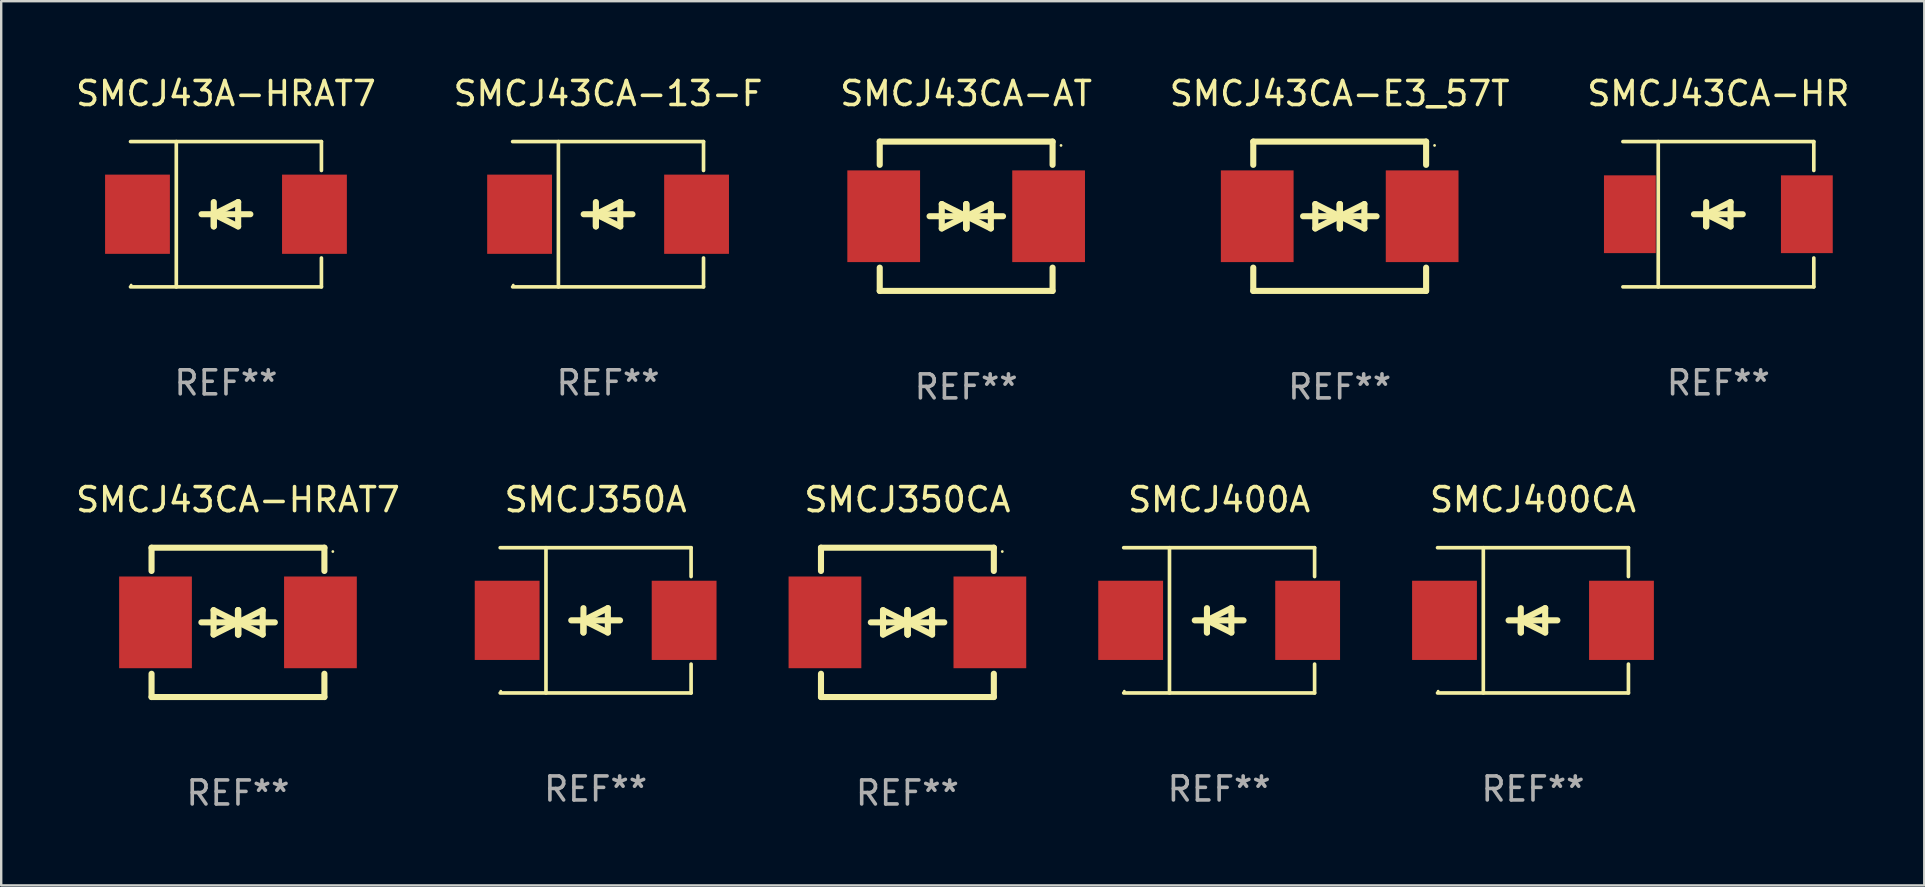
<source format=kicad_pcb>
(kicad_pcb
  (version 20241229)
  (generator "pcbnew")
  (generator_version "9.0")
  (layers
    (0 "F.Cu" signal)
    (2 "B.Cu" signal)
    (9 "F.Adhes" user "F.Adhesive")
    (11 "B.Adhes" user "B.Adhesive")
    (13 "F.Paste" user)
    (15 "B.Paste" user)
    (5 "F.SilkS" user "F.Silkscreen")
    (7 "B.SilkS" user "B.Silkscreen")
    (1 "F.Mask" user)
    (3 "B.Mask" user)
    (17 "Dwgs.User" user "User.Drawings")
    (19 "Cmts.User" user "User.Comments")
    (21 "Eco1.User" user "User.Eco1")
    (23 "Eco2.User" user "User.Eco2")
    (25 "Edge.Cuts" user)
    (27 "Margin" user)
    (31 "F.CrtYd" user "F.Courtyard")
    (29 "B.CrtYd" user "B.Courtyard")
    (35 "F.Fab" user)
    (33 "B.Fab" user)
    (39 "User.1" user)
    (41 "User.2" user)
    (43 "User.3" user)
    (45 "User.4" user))
  (footprint "SMCJ43CA-13-F"
    (layer "F.Cu")
    (at 22.28 5.874)
    (property "Reference" "SMCJ43CA-13-F" (at 0 -5.026 0) (layer "F.SilkS") (effects (font (size 1 1) (thickness 0.15))))
    (attr through_hole)
    (fp_line (start -3.976 -3.026) (end 3.976 -3.026) (stroke (width 0.152) (type solid)) (layer "F.SilkS"))
    (fp_line (start -3.976 3.026) (end 3.976 3.026) (stroke (width 0.152) (type solid)) (layer "F.SilkS"))
    (fp_line (start -2.069 -3.026) (end -2.069 3.026) (stroke (width 0.152) (type solid)) (layer "F.SilkS"))
    (fp_line (start -0.508 0) (end -0.508 0.508) (stroke (width 0.254) (type solid)) (layer "F.SilkS"))
    (fp_line (start -0.508 0) (end 0.508 0.508) (stroke (width 0.254) (type solid)) (layer "F.SilkS"))
    (fp_line (start -0.508 0.508) (end -0.508 -0.508) (stroke (width 0.254) (type solid)) (layer "F.SilkS"))
    (fp_line (start 0.508 -0.508) (end -0.508 0) (stroke (width 0.254) (type solid)) (layer "F.SilkS"))
    (fp_line (start 0.508 0.508) (end 0.508 -0.508) (stroke (width 0.254) (type solid)) (layer "F.SilkS"))
    (fp_line (start 1.016 0) (end -1.016 0) (stroke (width 0.254) (type solid)) (layer "F.SilkS"))
    (fp_line (start 3.976 -3.026) (end 3.976 -1.823) (stroke (width 0.152) (type solid)) (layer "F.SilkS"))
    (fp_line (start 3.976 3.026) (end 3.976 1.823) (stroke (width 0.152) (type solid)) (layer "F.SilkS"))
    (fp_circle (center -3.95 2.95) (end -3.92 2.95) (stroke (width 0.06) (type solid)) (fill no) (layer "F.SilkS"))
    (fp_text user "REF**" (at 0 7.026 0) (layer "F.Fab") (effects (font (size 1 1) (thickness 0.15))))
    (pad "1" smd rect (at -3.686 0) (size 2.7 3.3) (layers "F.Cu" "F.Mask" "F.Paste"))
    (pad "2" smd rect (at 3.686 0) (size 2.7 3.3) (layers "F.Cu" "F.Mask" "F.Paste")))
  (footprint "SMCJ350CA"
    (layer "F.Cu")
    (at 34.749 22.875)
    (property "Reference" "SMCJ350CA" (at 0 -5.11 0) (layer "F.SilkS") (effects (font (size 1 1) (thickness 0.15))))
    (attr through_hole)
    (fp_line (start -3.6 -2.141) (end -3.6 -3.11) (stroke (width 0.254) (type solid)) (layer "F.SilkS"))
    (fp_line (start -3.6 3.11) (end -3.6 2.141) (stroke (width 0.254) (type solid)) (layer "F.SilkS"))
    (fp_line (start -1.524 0) (end 0.508 0) (stroke (width 0.254) (type solid)) (layer "F.SilkS"))
    (fp_line (start -1.016 -0.508) (end -1.016 0.508) (stroke (width 0.254) (type solid)) (layer "F.SilkS"))
    (fp_line (start -1.016 0.508) (end 0 0) (stroke (width 0.254) (type solid)) (layer "F.SilkS"))
    (fp_line (start 0 -0.508) (end 0 0.508) (stroke (width 0.254) (type solid)) (layer "F.SilkS"))
    (fp_line (start 0 0) (end -1.016 -0.508) (stroke (width 0.254) (type solid)) (layer "F.SilkS"))
    (fp_line (start 0 0) (end 0 -0.508) (stroke (width 0.254) (type solid)) (layer "F.SilkS"))
    (fp_line (start 0.012 0) (end 0.012 0.508) (stroke (width 0.254) (type solid)) (layer "F.SilkS"))
    (fp_line (start 0.012 0) (end 1.028 0.508) (stroke (width 0.254) (type solid)) (layer "F.SilkS"))
    (fp_line (start 0.012 0.508) (end 0.012 -0.508) (stroke (width 0.254) (type solid)) (layer "F.SilkS"))
    (fp_line (start 1.028 -0.508) (end 0.012 0) (stroke (width 0.254) (type solid)) (layer "F.SilkS"))
    (fp_line (start 1.028 0.508) (end 1.028 -0.508) (stroke (width 0.254) (type solid)) (layer "F.SilkS"))
    (fp_line (start 1.536 0) (end -0.496 0) (stroke (width 0.254) (type solid)) (layer "F.SilkS"))
    (fp_line (start 3.6 -3.11) (end -3.6 -3.11) (stroke (width 0.254) (type solid)) (layer "F.SilkS"))
    (fp_line (start 3.6 -2.141) (end 3.6 -3.11) (stroke (width 0.254) (type solid)) (layer "F.SilkS"))
    (fp_line (start 3.6 3.11) (end -3.6 3.11) (stroke (width 0.254) (type solid)) (layer "F.SilkS"))
    (fp_line (start 3.6 3.11) (end 3.6 2.141) (stroke (width 0.254) (type solid)) (layer "F.SilkS"))
    (fp_circle (center 3.952 -2.95) (end 3.982 -2.95) (stroke (width 0.06) (type solid)) (fill no) (layer "F.SilkS"))
    (fp_text user "REF**" (at 0 7.11 0) (layer "F.Fab") (effects (font (size 1 1) (thickness 0.15))))
    (pad "1" smd rect (at 3.435 0) (size 3.03 3.82) (layers "F.Cu" "F.Mask" "F.Paste"))
    (pad "2" smd rect (at -3.435 0) (size 3.03 3.82) (layers "F.Cu" "F.Mask" "F.Paste")))
  (footprint "SMCJ43CA-E3_57T"
    (layer "F.Cu")
    (at 52.756 5.958)
    (property "Reference" "SMCJ43CA-E3_57T" (at 0 -5.11 0) (layer "F.SilkS") (effects (font (size 1 1) (thickness 0.15))))
    (attr through_hole)
    (fp_line (start -3.6 -2.141) (end -3.6 -3.11) (stroke (width 0.254) (type solid)) (layer "F.SilkS"))
    (fp_line (start -3.6 3.11) (end -3.6 2.141) (stroke (width 0.254) (type solid)) (layer "F.SilkS"))
    (fp_line (start -1.524 0) (end 0.508 0) (stroke (width 0.254) (type solid)) (layer "F.SilkS"))
    (fp_line (start -1.016 -0.508) (end -1.016 0.508) (stroke (width 0.254) (type solid)) (layer "F.SilkS"))
    (fp_line (start -1.016 0.508) (end 0 0) (stroke (width 0.254) (type solid)) (layer "F.SilkS"))
    (fp_line (start 0 -0.508) (end 0 0.508) (stroke (width 0.254) (type solid)) (layer "F.SilkS"))
    (fp_line (start 0 0) (end -1.016 -0.508) (stroke (width 0.254) (type solid)) (layer "F.SilkS"))
    (fp_line (start 0 0) (end 0 -0.508) (stroke (width 0.254) (type solid)) (layer "F.SilkS"))
    (fp_line (start 0.012 0) (end 0.012 0.508) (stroke (width 0.254) (type solid)) (layer "F.SilkS"))
    (fp_line (start 0.012 0) (end 1.028 0.508) (stroke (width 0.254) (type solid)) (layer "F.SilkS"))
    (fp_line (start 0.012 0.508) (end 0.012 -0.508) (stroke (width 0.254) (type solid)) (layer "F.SilkS"))
    (fp_line (start 1.028 -0.508) (end 0.012 0) (stroke (width 0.254) (type solid)) (layer "F.SilkS"))
    (fp_line (start 1.028 0.508) (end 1.028 -0.508) (stroke (width 0.254) (type solid)) (layer "F.SilkS"))
    (fp_line (start 1.536 0) (end -0.496 0) (stroke (width 0.254) (type solid)) (layer "F.SilkS"))
    (fp_line (start 3.6 -3.11) (end -3.6 -3.11) (stroke (width 0.254) (type solid)) (layer "F.SilkS"))
    (fp_line (start 3.6 -2.141) (end 3.6 -3.11) (stroke (width 0.254) (type solid)) (layer "F.SilkS"))
    (fp_line (start 3.6 3.11) (end -3.6 3.11) (stroke (width 0.254) (type solid)) (layer "F.SilkS"))
    (fp_line (start 3.6 3.11) (end 3.6 2.141) (stroke (width 0.254) (type solid)) (layer "F.SilkS"))
    (fp_circle (center 3.952 -2.95) (end 3.982 -2.95) (stroke (width 0.06) (type solid)) (fill no) (layer "F.SilkS"))
    (fp_text user "REF**" (at 0 7.11 0) (layer "F.Fab") (effects (font (size 1 1) (thickness 0.15))))
    (pad "1" smd rect (at 3.435 0) (size 3.03 3.82) (layers "F.Cu" "F.Mask" "F.Paste"))
    (pad "2" smd rect (at -3.435 0) (size 3.03 3.82) (layers "F.Cu" "F.Mask" "F.Paste")))
  (footprint "SMCJ43CA-HR"
    (layer "F.Cu")
    (at 68.53 5.874)
    (property "Reference" "SMCJ43CA-HR" (at 0 -5.026 0) (layer "F.SilkS") (effects (font (size 1 1) (thickness 0.15))))
    (attr through_hole)
    (fp_line (start -3.976 -3.026) (end 3.976 -3.026) (stroke (width 0.152) (type solid)) (layer "F.SilkS"))
    (fp_line (start -3.976 3.026) (end 3.976 3.026) (stroke (width 0.152) (type solid)) (layer "F.SilkS"))
    (fp_line (start -2.504 -3.026) (end -2.504 3.026) (stroke (width 0.152) (type solid)) (layer "F.SilkS"))
    (fp_line (start -0.508 0) (end -0.508 0.508) (stroke (width 0.254) (type solid)) (layer "F.SilkS"))
    (fp_line (start -0.508 0) (end 0.508 0.508) (stroke (width 0.254) (type solid)) (layer "F.SilkS"))
    (fp_line (start -0.508 0.508) (end -0.508 -0.508) (stroke (width 0.254) (type solid)) (layer "F.SilkS"))
    (fp_line (start 0.508 -0.508) (end -0.508 0) (stroke (width 0.254) (type solid)) (layer "F.SilkS"))
    (fp_line (start 0.508 0.508) (end 0.508 -0.508) (stroke (width 0.254) (type solid)) (layer "F.SilkS"))
    (fp_line (start 1.016 0) (end -1.016 0) (stroke (width 0.254) (type solid)) (layer "F.SilkS"))
    (fp_line (start 3.976 -3.026) (end 3.976 -1.823) (stroke (width 0.152) (type solid)) (layer "F.SilkS"))
    (fp_line (start 3.976 3.026) (end 3.976 1.823) (stroke (width 0.152) (type solid)) (layer "F.SilkS"))
    (fp_circle (center 3.95 -2.95) (end 3.98 -2.95) (stroke (width 0.06) (type solid)) (fill no) (layer "F.SilkS"))
    (fp_text user "REF**" (at 0 7.026 0) (layer "F.Fab") (effects (font (size 1 1) (thickness 0.15))))
    (pad "1" smd rect (at 3.686 0 180) (size 2.158 3.24) (layers "F.Cu" "F.Mask" "F.Paste"))
    (pad "2" smd rect (at -3.686 0 180) (size 2.158 3.24) (layers "F.Cu" "F.Mask" "F.Paste")))
  (footprint "SMCJ350A"
    (layer "F.Cu")
    (at 21.762 22.791)
    (property "Reference" "SMCJ350A" (at 0 -5.026 0) (layer "F.SilkS") (effects (font (size 1 1) (thickness 0.15))))
    (attr through_hole)
    (fp_line (start -3.976 -3.026) (end 3.976 -3.026) (stroke (width 0.152) (type solid)) (layer "F.SilkS"))
    (fp_line (start -3.976 3.026) (end 3.976 3.026) (stroke (width 0.152) (type solid)) (layer "F.SilkS"))
    (fp_line (start -2.069 -3.026) (end -2.069 3.026) (stroke (width 0.152) (type solid)) (layer "F.SilkS"))
    (fp_line (start -0.508 0) (end -0.508 0.508) (stroke (width 0.254) (type solid)) (layer "F.SilkS"))
    (fp_line (start -0.508 0) (end 0.508 0.508) (stroke (width 0.254) (type solid)) (layer "F.SilkS"))
    (fp_line (start -0.508 0.508) (end -0.508 -0.508) (stroke (width 0.254) (type solid)) (layer "F.SilkS"))
    (fp_line (start 0.508 -0.508) (end -0.508 0) (stroke (width 0.254) (type solid)) (layer "F.SilkS"))
    (fp_line (start 0.508 0.508) (end 0.508 -0.508) (stroke (width 0.254) (type solid)) (layer "F.SilkS"))
    (fp_line (start 1.016 0) (end -1.016 0) (stroke (width 0.254) (type solid)) (layer "F.SilkS"))
    (fp_line (start 3.976 -3.026) (end 3.976 -1.823) (stroke (width 0.152) (type solid)) (layer "F.SilkS"))
    (fp_line (start 3.976 3.026) (end 3.976 1.823) (stroke (width 0.152) (type solid)) (layer "F.SilkS"))
    (fp_circle (center -3.95 2.95) (end -3.92 2.95) (stroke (width 0.06) (type solid)) (fill no) (layer "F.SilkS"))
    (fp_text user "REF**" (at 0 7.026 0) (layer "F.Fab") (effects (font (size 1 1) (thickness 0.15))))
    (pad "1" smd rect (at -3.686 0) (size 2.7 3.3) (layers "F.Cu" "F.Mask" "F.Paste"))
    (pad "2" smd rect (at 3.686 0) (size 2.7 3.3) (layers "F.Cu" "F.Mask" "F.Paste")))
  (footprint "SMCJ43CA-HRAT7"
    (layer "F.Cu")
    (at 6.863 22.875)
    (property "Reference" "SMCJ43CA-HRAT7" (at 0 -5.11 0) (layer "F.SilkS") (effects (font (size 1 1) (thickness 0.15))))
    (attr through_hole)
    (fp_line (start -3.6 -2.141) (end -3.6 -3.11) (stroke (width 0.254) (type solid)) (layer "F.SilkS"))
    (fp_line (start -3.6 3.11) (end -3.6 2.141) (stroke (width 0.254) (type solid)) (layer "F.SilkS"))
    (fp_line (start -1.524 0) (end 0.508 0) (stroke (width 0.254) (type solid)) (layer "F.SilkS"))
    (fp_line (start -1.016 -0.508) (end -1.016 0.508) (stroke (width 0.254) (type solid)) (layer "F.SilkS"))
    (fp_line (start -1.016 0.508) (end 0 0) (stroke (width 0.254) (type solid)) (layer "F.SilkS"))
    (fp_line (start 0 -0.508) (end 0 0.508) (stroke (width 0.254) (type solid)) (layer "F.SilkS"))
    (fp_line (start 0 0) (end -1.016 -0.508) (stroke (width 0.254) (type solid)) (layer "F.SilkS"))
    (fp_line (start 0 0) (end 0 -0.508) (stroke (width 0.254) (type solid)) (layer "F.SilkS"))
    (fp_line (start 0.012 0) (end 0.012 0.508) (stroke (width 0.254) (type solid)) (layer "F.SilkS"))
    (fp_line (start 0.012 0) (end 1.028 0.508) (stroke (width 0.254) (type solid)) (layer "F.SilkS"))
    (fp_line (start 0.012 0.508) (end 0.012 -0.508) (stroke (width 0.254) (type solid)) (layer "F.SilkS"))
    (fp_line (start 1.028 -0.508) (end 0.012 0) (stroke (width 0.254) (type solid)) (layer "F.SilkS"))
    (fp_line (start 1.028 0.508) (end 1.028 -0.508) (stroke (width 0.254) (type solid)) (layer "F.SilkS"))
    (fp_line (start 1.536 0) (end -0.496 0) (stroke (width 0.254) (type solid)) (layer "F.SilkS"))
    (fp_line (start 3.6 -3.11) (end -3.6 -3.11) (stroke (width 0.254) (type solid)) (layer "F.SilkS"))
    (fp_line (start 3.6 -2.141) (end 3.6 -3.11) (stroke (width 0.254) (type solid)) (layer "F.SilkS"))
    (fp_line (start 3.6 3.11) (end -3.6 3.11) (stroke (width 0.254) (type solid)) (layer "F.SilkS"))
    (fp_line (start 3.6 3.11) (end 3.6 2.141) (stroke (width 0.254) (type solid)) (layer "F.SilkS"))
    (fp_circle (center 3.952 -2.95) (end 3.982 -2.95) (stroke (width 0.06) (type solid)) (fill no) (layer "F.SilkS"))
    (fp_text user "REF**" (at 0 7.11 0) (layer "F.Fab") (effects (font (size 1 1) (thickness 0.15))))
    (pad "1" smd rect (at 3.435 0) (size 3.03 3.82) (layers "F.Cu" "F.Mask" "F.Paste"))
    (pad "2" smd rect (at -3.435 0) (size 3.03 3.82) (layers "F.Cu" "F.Mask" "F.Paste")))
  (footprint "SMCJ43CA-AT"
    (layer "F.Cu")
    (at 37.196 5.958)
    (property "Reference" "SMCJ43CA-AT" (at 0 -5.11 0) (layer "F.SilkS") (effects (font (size 1 1) (thickness 0.15))))
    (attr through_hole)
    (fp_line (start -3.6 -2.141) (end -3.6 -3.11) (stroke (width 0.254) (type solid)) (layer "F.SilkS"))
    (fp_line (start -3.6 3.11) (end -3.6 2.141) (stroke (width 0.254) (type solid)) (layer "F.SilkS"))
    (fp_line (start -1.524 0) (end 0.508 0) (stroke (width 0.254) (type solid)) (layer "F.SilkS"))
    (fp_line (start -1.016 -0.508) (end -1.016 0.508) (stroke (width 0.254) (type solid)) (layer "F.SilkS"))
    (fp_line (start -1.016 0.508) (end 0 0) (stroke (width 0.254) (type solid)) (layer "F.SilkS"))
    (fp_line (start 0 -0.508) (end 0 0.508) (stroke (width 0.254) (type solid)) (layer "F.SilkS"))
    (fp_line (start 0 0) (end -1.016 -0.508) (stroke (width 0.254) (type solid)) (layer "F.SilkS"))
    (fp_line (start 0 0) (end 0 -0.508) (stroke (width 0.254) (type solid)) (layer "F.SilkS"))
    (fp_line (start 0.012 0) (end 0.012 0.508) (stroke (width 0.254) (type solid)) (layer "F.SilkS"))
    (fp_line (start 0.012 0) (end 1.028 0.508) (stroke (width 0.254) (type solid)) (layer "F.SilkS"))
    (fp_line (start 0.012 0.508) (end 0.012 -0.508) (stroke (width 0.254) (type solid)) (layer "F.SilkS"))
    (fp_line (start 1.028 -0.508) (end 0.012 0) (stroke (width 0.254) (type solid)) (layer "F.SilkS"))
    (fp_line (start 1.028 0.508) (end 1.028 -0.508) (stroke (width 0.254) (type solid)) (layer "F.SilkS"))
    (fp_line (start 1.536 0) (end -0.496 0) (stroke (width 0.254) (type solid)) (layer "F.SilkS"))
    (fp_line (start 3.6 -3.11) (end -3.6 -3.11) (stroke (width 0.254) (type solid)) (layer "F.SilkS"))
    (fp_line (start 3.6 -2.141) (end 3.6 -3.11) (stroke (width 0.254) (type solid)) (layer "F.SilkS"))
    (fp_line (start 3.6 3.11) (end -3.6 3.11) (stroke (width 0.254) (type solid)) (layer "F.SilkS"))
    (fp_line (start 3.6 3.11) (end 3.6 2.141) (stroke (width 0.254) (type solid)) (layer "F.SilkS"))
    (fp_circle (center 3.952 -2.95) (end 3.982 -2.95) (stroke (width 0.06) (type solid)) (fill no) (layer "F.SilkS"))
    (fp_text user "REF**" (at 0 7.11 0) (layer "F.Fab") (effects (font (size 1 1) (thickness 0.15))))
    (pad "1" smd rect (at 3.435 0) (size 3.03 3.82) (layers "F.Cu" "F.Mask" "F.Paste"))
    (pad "2" smd rect (at -3.435 0) (size 3.03 3.82) (layers "F.Cu" "F.Mask" "F.Paste")))
  (footprint "SMCJ400A"
    (layer "F.Cu")
    (at 47.735 22.791)
    (property "Reference" "SMCJ400A" (at 0 -5.026 0) (layer "F.SilkS") (effects (font (size 1 1) (thickness 0.15))))
    (attr through_hole)
    (fp_line (start -3.976 -3.026) (end 3.976 -3.026) (stroke (width 0.152) (type solid)) (layer "F.SilkS"))
    (fp_line (start -3.976 3.026) (end 3.976 3.026) (stroke (width 0.152) (type solid)) (layer "F.SilkS"))
    (fp_line (start -2.069 -3.026) (end -2.069 3.026) (stroke (width 0.152) (type solid)) (layer "F.SilkS"))
    (fp_line (start -0.508 0) (end -0.508 0.508) (stroke (width 0.254) (type solid)) (layer "F.SilkS"))
    (fp_line (start -0.508 0) (end 0.508 0.508) (stroke (width 0.254) (type solid)) (layer "F.SilkS"))
    (fp_line (start -0.508 0.508) (end -0.508 -0.508) (stroke (width 0.254) (type solid)) (layer "F.SilkS"))
    (fp_line (start 0.508 -0.508) (end -0.508 0) (stroke (width 0.254) (type solid)) (layer "F.SilkS"))
    (fp_line (start 0.508 0.508) (end 0.508 -0.508) (stroke (width 0.254) (type solid)) (layer "F.SilkS"))
    (fp_line (start 1.016 0) (end -1.016 0) (stroke (width 0.254) (type solid)) (layer "F.SilkS"))
    (fp_line (start 3.976 -3.026) (end 3.976 -1.823) (stroke (width 0.152) (type solid)) (layer "F.SilkS"))
    (fp_line (start 3.976 3.026) (end 3.976 1.823) (stroke (width 0.152) (type solid)) (layer "F.SilkS"))
    (fp_circle (center -3.95 2.95) (end -3.92 2.95) (stroke (width 0.06) (type solid)) (fill no) (layer "F.SilkS"))
    (fp_text user "REF**" (at 0 7.026 0) (layer "F.Fab") (effects (font (size 1 1) (thickness 0.15))))
    (pad "1" smd rect (at -3.686 0) (size 2.7 3.3) (layers "F.Cu" "F.Mask" "F.Paste"))
    (pad "2" smd rect (at 3.686 0) (size 2.7 3.3) (layers "F.Cu" "F.Mask" "F.Paste")))
  (footprint "SMCJ400CA"
    (layer "F.Cu")
    (at 60.808 22.791)
    (property "Reference" "SMCJ400CA" (at 0 -5.026 0) (layer "F.SilkS") (effects (font (size 1 1) (thickness 0.15))))
    (attr through_hole)
    (fp_line (start -3.976 -3.026) (end 3.976 -3.026) (stroke (width 0.152) (type solid)) (layer "F.SilkS"))
    (fp_line (start -3.976 3.026) (end 3.976 3.026) (stroke (width 0.152) (type solid)) (layer "F.SilkS"))
    (fp_line (start -2.069 -3.026) (end -2.069 3.026) (stroke (width 0.152) (type solid)) (layer "F.SilkS"))
    (fp_line (start -0.508 0) (end -0.508 0.508) (stroke (width 0.254) (type solid)) (layer "F.SilkS"))
    (fp_line (start -0.508 0) (end 0.508 0.508) (stroke (width 0.254) (type solid)) (layer "F.SilkS"))
    (fp_line (start -0.508 0.508) (end -0.508 -0.508) (stroke (width 0.254) (type solid)) (layer "F.SilkS"))
    (fp_line (start 0.508 -0.508) (end -0.508 0) (stroke (width 0.254) (type solid)) (layer "F.SilkS"))
    (fp_line (start 0.508 0.508) (end 0.508 -0.508) (stroke (width 0.254) (type solid)) (layer "F.SilkS"))
    (fp_line (start 1.016 0) (end -1.016 0) (stroke (width 0.254) (type solid)) (layer "F.SilkS"))
    (fp_line (start 3.976 -3.026) (end 3.976 -1.823) (stroke (width 0.152) (type solid)) (layer "F.SilkS"))
    (fp_line (start 3.976 3.026) (end 3.976 1.823) (stroke (width 0.152) (type solid)) (layer "F.SilkS"))
    (fp_circle (center -3.95 2.95) (end -3.92 2.95) (stroke (width 0.06) (type solid)) (fill no) (layer "F.SilkS"))
    (fp_text user "REF**" (at 0 7.026 0) (layer "F.Fab") (effects (font (size 1 1) (thickness 0.15))))
    (pad "1" smd rect (at -3.686 0) (size 2.7 3.3) (layers "F.Cu" "F.Mask" "F.Paste"))
    (pad "2" smd rect (at 3.686 0) (size 2.7 3.3) (layers "F.Cu" "F.Mask" "F.Paste")))
  (footprint "SMCJ43A-HRAT7"
    (layer "F.Cu")
    (at 6.363 5.874)
    (property "Reference" "SMCJ43A-HRAT7" (at 0 -5.026 0) (layer "F.SilkS") (effects (font (size 1 1) (thickness 0.15))))
    (attr through_hole)
    (fp_line (start -3.976 -3.026) (end 3.976 -3.026) (stroke (width 0.152) (type solid)) (layer "F.SilkS"))
    (fp_line (start -3.976 3.026) (end 3.976 3.026) (stroke (width 0.152) (type solid)) (layer "F.SilkS"))
    (fp_line (start -2.069 -3.026) (end -2.069 3.026) (stroke (width 0.152) (type solid)) (layer "F.SilkS"))
    (fp_line (start -0.508 0) (end -0.508 0.508) (stroke (width 0.254) (type solid)) (layer "F.SilkS"))
    (fp_line (start -0.508 0) (end 0.508 0.508) (stroke (width 0.254) (type solid)) (layer "F.SilkS"))
    (fp_line (start -0.508 0.508) (end -0.508 -0.508) (stroke (width 0.254) (type solid)) (layer "F.SilkS"))
    (fp_line (start 0.508 -0.508) (end -0.508 0) (stroke (width 0.254) (type solid)) (layer "F.SilkS"))
    (fp_line (start 0.508 0.508) (end 0.508 -0.508) (stroke (width 0.254) (type solid)) (layer "F.SilkS"))
    (fp_line (start 1.016 0) (end -1.016 0) (stroke (width 0.254) (type solid)) (layer "F.SilkS"))
    (fp_line (start 3.976 -3.026) (end 3.976 -1.823) (stroke (width 0.152) (type solid)) (layer "F.SilkS"))
    (fp_line (start 3.976 3.026) (end 3.976 1.823) (stroke (width 0.152) (type solid)) (layer "F.SilkS"))
    (fp_circle (center -3.95 2.95) (end -3.92 2.95) (stroke (width 0.06) (type solid)) (fill no) (layer "F.SilkS"))
    (fp_text user "REF**" (at 0 7.026 0) (layer "F.Fab") (effects (font (size 1 1) (thickness 0.15))))
    (pad "1" smd rect (at -3.686 0) (size 2.7 3.3) (layers "F.Cu" "F.Mask" "F.Paste"))
    (pad "2" smd rect (at 3.686 0) (size 2.7 3.3) (layers "F.Cu" "F.Mask" "F.Paste")))
  (gr_rect
    (start -3 -3)
    (end 77.107 33.833)
    (stroke (width 0.1) (type default))
    (fill no)
    (layer "Edge.Cuts")))
</source>
